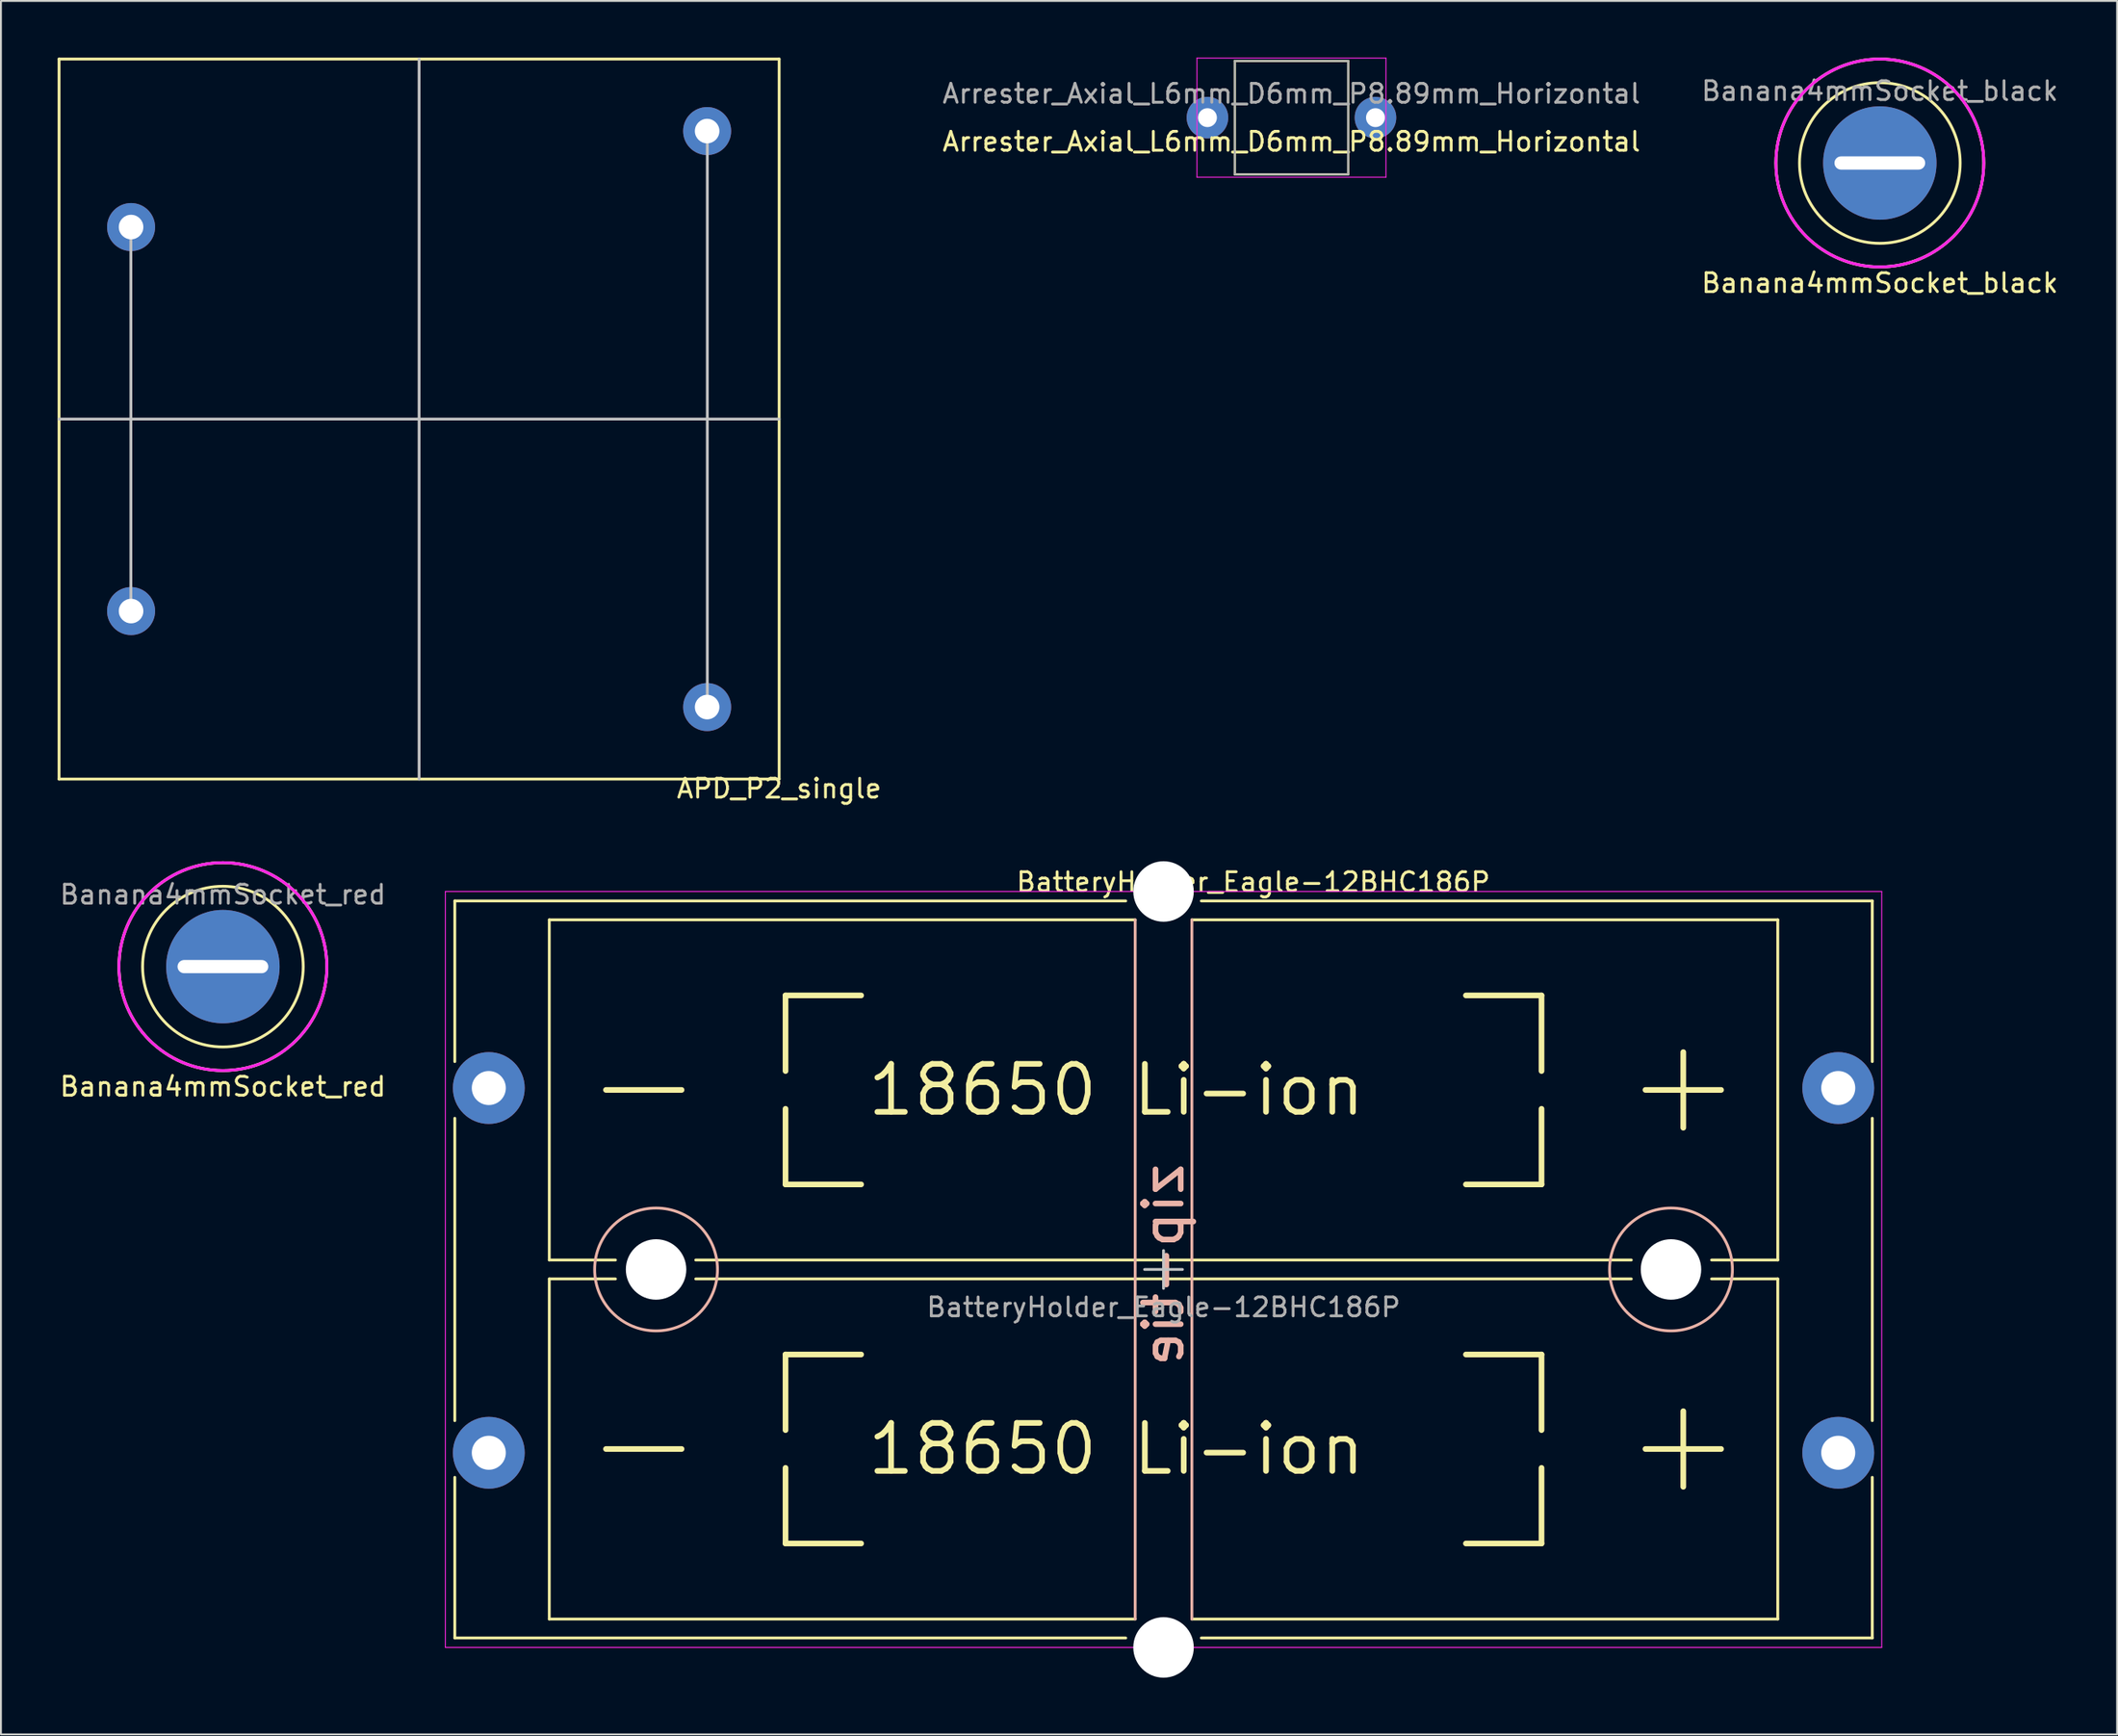
<source format=kicad_pcb>
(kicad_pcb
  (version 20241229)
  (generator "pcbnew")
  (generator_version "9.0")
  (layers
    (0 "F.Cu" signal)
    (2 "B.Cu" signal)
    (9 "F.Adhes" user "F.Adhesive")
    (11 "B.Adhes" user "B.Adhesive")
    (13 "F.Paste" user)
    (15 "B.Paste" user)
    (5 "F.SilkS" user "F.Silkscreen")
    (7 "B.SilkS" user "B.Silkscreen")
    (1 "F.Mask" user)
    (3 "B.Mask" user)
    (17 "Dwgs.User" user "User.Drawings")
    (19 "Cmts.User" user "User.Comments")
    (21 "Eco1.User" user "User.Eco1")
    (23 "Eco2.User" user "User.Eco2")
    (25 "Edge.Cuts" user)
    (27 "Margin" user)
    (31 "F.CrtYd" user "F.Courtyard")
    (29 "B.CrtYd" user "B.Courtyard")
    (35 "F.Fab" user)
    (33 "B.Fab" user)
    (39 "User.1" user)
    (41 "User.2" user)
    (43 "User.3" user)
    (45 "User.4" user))
  (footprint "Arrester_Axial_L6mm_D6mm_P8.89mm_Horizontal"
    (layer "F.Cu")
    (at 65.282 3.175)
    (property "Reference" "Arrester_Axial_L6mm_D6mm_P8.89mm_Horizontal" (at 0 1.27 0) (layer "F.SilkS") (effects (font (size 1 1) (thickness 0.15))))
    (attr through_hole)
    (fp_line (start -3 -3) (end -3 3) (stroke (width 0.12) (type solid)) (layer "F.SilkS"))
    (fp_line (start -3 3) (end 3 3) (stroke (width 0.12) (type solid)) (layer "F.SilkS"))
    (fp_line (start 3 -3) (end -3 -3) (stroke (width 0.12) (type solid)) (layer "F.SilkS"))
    (fp_line (start 3 3) (end 3 -3) (stroke (width 0.12) (type solid)) (layer "F.SilkS"))
    (fp_line (start -5 -3.15) (end -5 3.15) (stroke (width 0.05) (type solid)) (layer "F.CrtYd"))
    (fp_line (start -5 3.15) (end 5 3.15) (stroke (width 0.05) (type solid)) (layer "F.CrtYd"))
    (fp_line (start 5 -3.15) (end -5 -3.15) (stroke (width 0.05) (type solid)) (layer "F.CrtYd"))
    (fp_line (start 5 3.15) (end 5 -3.15) (stroke (width 0.05) (type solid)) (layer "F.CrtYd"))
    (fp_line (start -3 -3) (end -3 3) (stroke (width 0.1) (type solid)) (layer "F.Fab"))
    (fp_line (start -3 3) (end 3 3) (stroke (width 0.1) (type solid)) (layer "F.Fab"))
    (fp_line (start 3 -3) (end -3 -3) (stroke (width 0.1) (type solid)) (layer "F.Fab"))
    (fp_line (start 3 3) (end 3 -3) (stroke (width 0.1) (type solid)) (layer "F.Fab"))
    (fp_text user "${REFERENCE}" (at 0 -1.27 0) (layer "F.Fab") (effects (font (size 1 1) (thickness 0.15))))
    (pad "1" thru_hole circle (at -4.445 0) (size 2.2 2.2) (drill 1) (layers "*.Cu" "*.Mask"))
    (pad "2" thru_hole oval (at 4.445 0) (size 2.2 2.2) (drill 1) (layers "*.Cu" "*.Mask")))
  (footprint "Banana4mmSocket_red"
    (layer "F.Cu")
    (at 8.744 48.098)
    (property "Reference" "Banana4mmSocket_red" (at 0 6.35 0) (layer "F.SilkS") (effects (font (size 1 1) (thickness 0.15))))
    (attr through_hole)
    (fp_circle (center 0 0) (end 4.25 0) (stroke (width 0.15) (type solid)) (fill no) (layer "F.SilkS"))
    (fp_circle (center 0 0) (end 5.5 0) (stroke (width 0.15) (type solid)) (fill no) (layer "F.SilkS"))
    (fp_circle (center 0 0) (end 5.5 0) (stroke (width 0.15) (type solid)) (fill no) (layer "F.CrtYd"))
    (fp_circle (center 0 0) (end 5.5 0) (stroke (width 0.15) (type solid)) (fill no) (layer "F.Fab"))
    (fp_text user "${REFERENCE}" (at 0 -3.81 0) (layer "F.Fab") (effects (font (size 1 1) (thickness 0.15))))
    (pad "1" thru_hole circle (at 0 0) (size 6 6) (drill oval 4.8 0.7) (layers "*.Cu" "*.Mask")))
  (footprint "BatteryHolder_Eagle-12BHC186P"
    (layer "F.Cu")
    (at 58.513 64.123)
    (property "Reference" "BatteryHolder_Eagle-12BHC186P" (at 4.75 -20.5 0) (layer "F.SilkS") (effects (font (size 1 1) (thickness 0.15))))
    (attr through_hole)
    (fp_line (start -37.5 -11) (end -37.5 -19.5) (stroke (width 0.15) (type solid)) (layer "F.SilkS"))
    (fp_line (start -37.5 8) (end -37.5 -8) (stroke (width 0.15) (type solid)) (layer "F.SilkS"))
    (fp_line (start -37.5 11) (end -37.5 19.5) (stroke (width 0.15) (type solid)) (layer "F.SilkS"))
    (fp_line (start -32.5 -18.5) (end -32.5 -0.5) (stroke (width 0.15) (type solid)) (layer "F.SilkS"))
    (fp_line (start -32.5 -0.5) (end -29 -0.5) (stroke (width 0.15) (type solid)) (layer "F.SilkS"))
    (fp_line (start -32.5 0.5) (end -32.5 18.5) (stroke (width 0.15) (type solid)) (layer "F.SilkS"))
    (fp_line (start -32.5 0.5) (end -29 0.5) (stroke (width 0.15) (type solid)) (layer "F.SilkS"))
    (fp_line (start -29.5 -9.5) (end -25.5 -9.5) (stroke (width 0.3) (type solid)) (layer "F.SilkS"))
    (fp_line (start -29.5 9.5) (end -25.5 9.5) (stroke (width 0.3) (type solid)) (layer "F.SilkS"))
    (fp_line (start -20 -14.5) (end -20 -10.5) (stroke (width 0.3) (type solid)) (layer "F.SilkS"))
    (fp_line (start -20 -14.5) (end -16 -14.5) (stroke (width 0.3) (type solid)) (layer "F.SilkS"))
    (fp_line (start -20 -4.5) (end -20 -8.5) (stroke (width 0.3) (type solid)) (layer "F.SilkS"))
    (fp_line (start -20 -4.5) (end -16 -4.5) (stroke (width 0.3) (type solid)) (layer "F.SilkS"))
    (fp_line (start -20 4.5) (end -20 8.5) (stroke (width 0.3) (type solid)) (layer "F.SilkS"))
    (fp_line (start -20 4.5) (end -16 4.5) (stroke (width 0.3) (type solid)) (layer "F.SilkS"))
    (fp_line (start -20 14.5) (end -20 10.5) (stroke (width 0.3) (type solid)) (layer "F.SilkS"))
    (fp_line (start -20 14.5) (end -16 14.5) (stroke (width 0.3) (type solid)) (layer "F.SilkS"))
    (fp_line (start -2 -19.5) (end -37.5 -19.5) (stroke (width 0.15) (type solid)) (layer "F.SilkS"))
    (fp_line (start -2 19.5) (end -37.5 19.5) (stroke (width 0.15) (type solid)) (layer "F.SilkS"))
    (fp_line (start -1.5 -18.5) (end -32.5 -18.5) (stroke (width 0.15) (type solid)) (layer "F.SilkS"))
    (fp_line (start -1.5 18.5) (end -32.5 18.5) (stroke (width 0.15) (type solid)) (layer "F.SilkS"))
    (fp_line (start 1.5 -18.5) (end 32.5 -18.5) (stroke (width 0.15) (type solid)) (layer "F.SilkS"))
    (fp_line (start 1.5 18.5) (end 32.5 18.5) (stroke (width 0.15) (type solid)) (layer "F.SilkS"))
    (fp_line (start 2 -19.5) (end 37.5 -19.5) (stroke (width 0.15) (type solid)) (layer "F.SilkS"))
    (fp_line (start 2 19.5) (end 37.5 19.5) (stroke (width 0.15) (type solid)) (layer "F.SilkS"))
    (fp_line (start 20 -14.5) (end 16 -14.5) (stroke (width 0.3) (type solid)) (layer "F.SilkS"))
    (fp_line (start 20 -14.5) (end 20 -10.5) (stroke (width 0.3) (type solid)) (layer "F.SilkS"))
    (fp_line (start 20 -4.5) (end 16 -4.5) (stroke (width 0.3) (type solid)) (layer "F.SilkS"))
    (fp_line (start 20 -4.5) (end 20 -8.5) (stroke (width 0.3) (type solid)) (layer "F.SilkS"))
    (fp_line (start 20 4.5) (end 16 4.5) (stroke (width 0.3) (type solid)) (layer "F.SilkS"))
    (fp_line (start 20 4.5) (end 20 8.5) (stroke (width 0.3) (type solid)) (layer "F.SilkS"))
    (fp_line (start 20 14.5) (end 16 14.5) (stroke (width 0.3) (type solid)) (layer "F.SilkS"))
    (fp_line (start 20 14.5) (end 20 10.5) (stroke (width 0.3) (type solid)) (layer "F.SilkS"))
    (fp_line (start 24.75 -0.5) (end -24.75 -0.5) (stroke (width 0.15) (type solid)) (layer "F.SilkS"))
    (fp_line (start 24.75 0.5) (end -24.75 0.5) (stroke (width 0.15) (type solid)) (layer "F.SilkS"))
    (fp_line (start 25.5 -9.5) (end 29.5 -9.5) (stroke (width 0.3) (type solid)) (layer "F.SilkS"))
    (fp_line (start 25.5 9.5) (end 29.5 9.5) (stroke (width 0.3) (type solid)) (layer "F.SilkS"))
    (fp_line (start 27.5 -11.5) (end 27.5 -7.5) (stroke (width 0.3) (type solid)) (layer "F.SilkS"))
    (fp_line (start 27.5 7.5) (end 27.5 11.5) (stroke (width 0.3) (type solid)) (layer "F.SilkS"))
    (fp_line (start 32.5 -18.5) (end 32.5 -0.5) (stroke (width 0.15) (type solid)) (layer "F.SilkS"))
    (fp_line (start 32.5 -0.5) (end 29 -0.5) (stroke (width 0.15) (type solid)) (layer "F.SilkS"))
    (fp_line (start 32.5 0.5) (end 29 0.5) (stroke (width 0.15) (type solid)) (layer "F.SilkS"))
    (fp_line (start 32.5 0.5) (end 32.5 18.5) (stroke (width 0.15) (type solid)) (layer "F.SilkS"))
    (fp_line (start 37.5 -11) (end 37.5 -19.5) (stroke (width 0.15) (type solid)) (layer "F.SilkS"))
    (fp_line (start 37.5 8) (end 37.5 -8) (stroke (width 0.15) (type solid)) (layer "F.SilkS"))
    (fp_line (start 37.5 11) (end 37.5 19.5) (stroke (width 0.15) (type solid)) (layer "F.SilkS"))
    (fp_line (start -1.5 -18.5) (end -1.5 18.5) (stroke (width 0.15) (type solid)) (layer "B.SilkS"))
    (fp_line (start 1.5 -18.5) (end 1.5 18.5) (stroke (width 0.15) (type solid)) (layer "B.SilkS"))
    (fp_circle (center -26.85 0) (end -23.6 0) (stroke (width 0.15) (type solid)) (fill no) (layer "B.SilkS"))
    (fp_circle (center 26.85 0) (end 30.1 0) (stroke (width 0.15) (type solid)) (fill no) (layer "B.SilkS"))
    (fp_line (start 0 1) (end 0 -1) (stroke (width 0.15) (type solid)) (layer "Dwgs.User"))
    (fp_line (start 1 0) (end -1 0) (stroke (width 0.15) (type solid)) (layer "Dwgs.User"))
    (fp_line (start -38 -20) (end 38 -20) (stroke (width 0.05) (type solid)) (layer "F.CrtYd"))
    (fp_line (start -38 20) (end -38 -20) (stroke (width 0.05) (type solid)) (layer "F.CrtYd"))
    (fp_line (start 38 -20) (end 38 20) (stroke (width 0.05) (type solid)) (layer "F.CrtYd"))
    (fp_line (start 38 20) (end -38 20) (stroke (width 0.05) (type solid)) (layer "F.CrtYd"))
    (fp_text user "18650 Li-ion" (at -2.5 9.5 0) (layer "F.SilkS") (effects (font (size 2.54 2.54) (thickness 0.3))))
    (fp_text user "18650 Li-ion" (at -2.5 -9.5 0) (layer "F.SilkS") (effects (font (size 2.54 2.54) (thickness 0.3))))
    (fp_text user "zip-tie" (at 0 -0.25 90) (layer "B.SilkS") (effects (font (size 2 2) (thickness 0.3)) (justify mirror)))
    (fp_text user "${REFERENCE}" (at 0 2 180) (layer "F.Fab") (effects (font (size 1 1) (thickness 0.15))))
    (pad "" np_thru_hole circle (at -26.85 0) (size 3.2 3.2) (drill 3.2) (layers "*.Cu" "*.Mask"))
    (pad "" np_thru_hole circle (at 0 -20) (size 3.2 3.2) (drill 3.2) (layers "*.Cu" "*.Mask"))
    (pad "" np_thru_hole circle (at 0 20) (size 3.2 3.2) (drill 3.2) (layers "*.Cu" "*.Mask"))
    (pad "" np_thru_hole circle (at 26.85 0) (size 3.2 3.2) (drill 3.2) (layers "*.Cu" "*.Mask"))
    (pad "1" thru_hole circle (at 35.7 -9.6) (size 3.8 3.8) (drill 1.8) (layers "*.Cu" "*.Mask"))
    (pad "2" thru_hole circle (at -35.7 -9.6) (size 3.8 3.8) (drill 1.8) (layers "*.Cu" "*.Mask"))
    (pad "3" thru_hole circle (at 35.7 9.7) (size 3.8 3.8) (drill 1.8) (layers "*.Cu" "*.Mask"))
    (pad "4" thru_hole circle (at -35.7 9.7) (size 3.8 3.8) (drill 1.8) (layers "*.Cu" "*.Mask")))
  (footprint "APD_P2_single"
    (layer "F.Cu")
    (at 38.175 38.175)
    (property "Reference" "APD_P2_single" (at 0 0.5 0) (layer "F.SilkS") (effects (font (size 1 1) (thickness 0.15))))
    (attr through_hole)
    (fp_line (start -38.1 -38.1) (end -38.1 0) (stroke (width 0.15) (type solid)) (layer "F.SilkS"))
    (fp_line (start 0 -38.1) (end -38.1 -38.1) (stroke (width 0.15) (type solid)) (layer "F.SilkS"))
    (fp_line (start 0 0) (end -38.1 0) (stroke (width 0.15) (type solid)) (layer "F.SilkS"))
    (fp_line (start 0 0) (end 0 -38.1) (stroke (width 0.15) (type solid)) (layer "F.SilkS"))
    (fp_line (start -34.3 -8.9) (end -34.3 -29.2) (stroke (width 0.15) (type solid)) (layer "Dwgs.User"))
    (fp_line (start -19.05 0) (end -19.05 -38.1) (stroke (width 0.15) (type solid)) (layer "Dwgs.User"))
    (fp_line (start -3.8 -3.8) (end -3.8 -34.3) (stroke (width 0.15) (type solid)) (layer "Dwgs.User"))
    (fp_line (start 0 -19.05) (end -38.1 -19.05) (stroke (width 0.15) (type solid)) (layer "Dwgs.User"))
    (pad "1" thru_hole circle (at -34.29 -8.89) (size 2.54 2.54) (drill 1.3) (layers "*.Cu" "*.Mask"))
    (pad "2" thru_hole circle (at -34.29 -29.21) (size 2.54 2.54) (drill 1.3) (layers "*.Cu" "*.Mask"))
    (pad "3" thru_hole circle (at -3.81 -3.81) (size 2.54 2.54) (drill 1.3) (layers "*.Cu" "*.Mask"))
    (pad "4" thru_hole circle (at -3.81 -34.29) (size 2.54 2.54) (drill 1.3) (layers "*.Cu" "*.Mask")))
  (footprint "Banana4mmSocket_black"
    (layer "F.Cu")
    (at 96.413 5.575)
    (property "Reference" "Banana4mmSocket_black" (at 0 6.35 0) (layer "F.SilkS") (effects (font (size 1 1) (thickness 0.15))))
    (attr through_hole)
    (fp_circle (center 0 0) (end 4.25 0) (stroke (width 0.15) (type solid)) (fill no) (layer "F.SilkS"))
    (fp_circle (center 0 0) (end 5.5 0) (stroke (width 0.15) (type solid)) (fill no) (layer "F.SilkS"))
    (fp_circle (center 0 0) (end 5.5 0) (stroke (width 0.15) (type solid)) (fill no) (layer "F.CrtYd"))
    (fp_circle (center 0 0) (end 5.5 0) (stroke (width 0.15) (type solid)) (fill no) (layer "F.Fab"))
    (fp_text user "${REFERENCE}" (at 0 -3.81 0) (layer "F.Fab") (effects (font (size 1 1) (thickness 0.15))))
    (pad "1" thru_hole circle (at 0 0) (size 6 6) (drill oval 4.8 0.7) (layers "*.Cu" "*.Mask")))
  (gr_rect
    (start -3 -3)
    (end 108.967 88.723)
    (stroke (width 0.1) (type default))
    (fill no)
    (layer "Edge.Cuts")))
</source>
